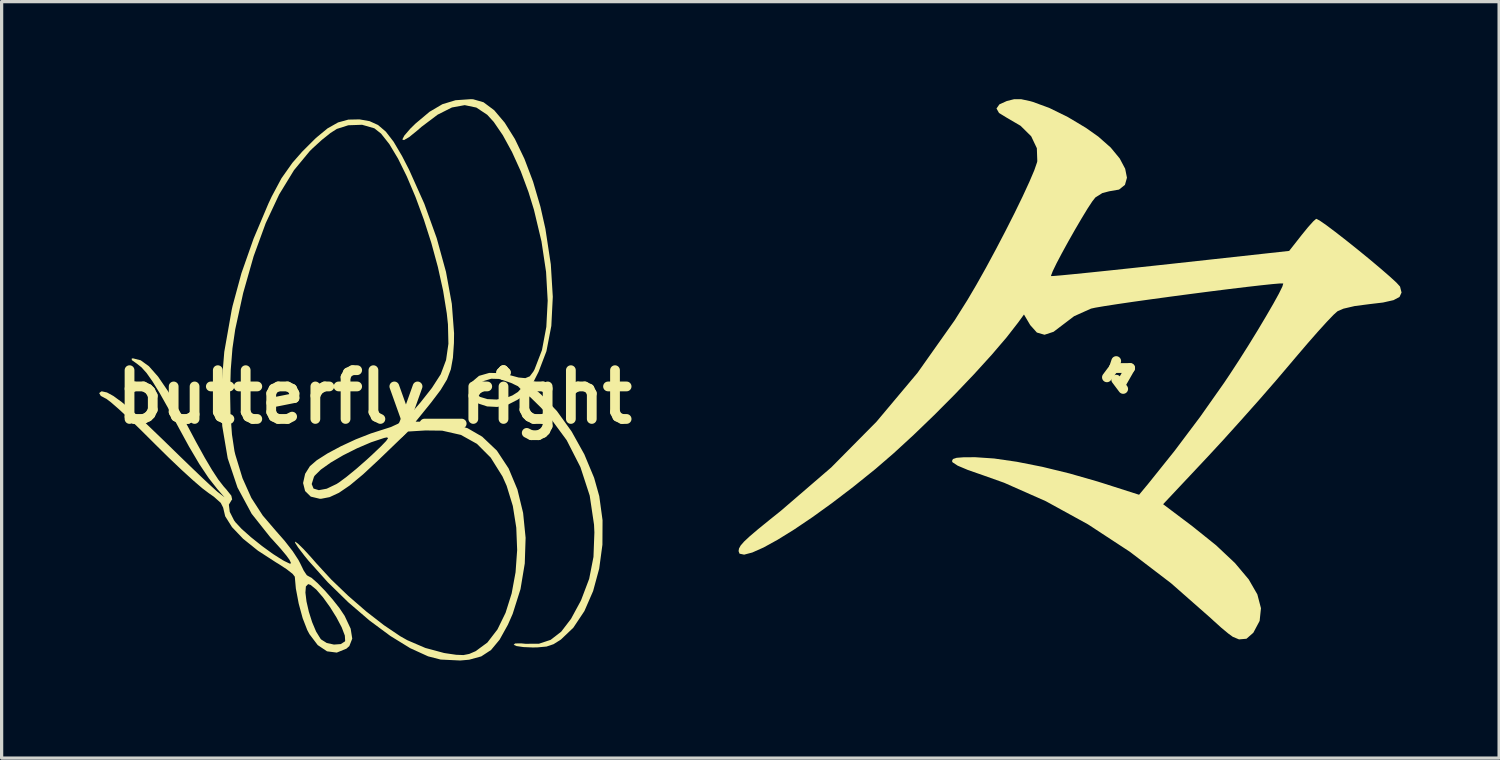
<source format=kicad_pcb>
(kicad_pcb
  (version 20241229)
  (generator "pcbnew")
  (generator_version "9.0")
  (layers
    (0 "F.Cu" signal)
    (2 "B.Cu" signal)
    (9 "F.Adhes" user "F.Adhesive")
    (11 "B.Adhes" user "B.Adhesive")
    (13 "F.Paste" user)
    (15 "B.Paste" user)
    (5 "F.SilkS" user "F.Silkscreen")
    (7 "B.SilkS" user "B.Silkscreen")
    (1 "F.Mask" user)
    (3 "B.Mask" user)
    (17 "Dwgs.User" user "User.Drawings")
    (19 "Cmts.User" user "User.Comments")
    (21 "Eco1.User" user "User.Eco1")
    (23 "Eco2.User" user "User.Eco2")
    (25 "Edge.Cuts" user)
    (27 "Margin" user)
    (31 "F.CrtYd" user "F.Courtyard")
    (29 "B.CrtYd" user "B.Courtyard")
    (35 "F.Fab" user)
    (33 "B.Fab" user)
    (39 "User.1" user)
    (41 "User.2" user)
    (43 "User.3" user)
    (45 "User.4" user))
  (footprint "butterfly_right"
    (layer "F.Cu")
    (at 8.469 9.155)
    (property "Reference" "butterfly_right" (at 0 0 0) (layer "F.SilkS") (effects (font (size 1.5 1.5) (thickness 0.3))))
    (attr board_only exclude_from_pos_files exclude_from_bom)
    (fp_poly (pts (xy 3.029 -9.153) (xy 3.349 -9.061) (xy 3.677 -8.816) (xy 4.001 -8.433) (xy 4.315 -7.93) (xy 4.608 -7.32) (xy 4.873 -6.621) (xy 5.1 -5.848) (xy 5.253 -5.168) (xy 5.419 -4.076) (xy 5.48 -3.078) (xy 5.435 -2.184) (xy 5.284 -1.403) (xy 5.043 -0.772) (xy 4.822 -0.337) (xy 5.119 -0.076) (xy 5.605 0.433) (xy 6.058 1.063) (xy 6.449 1.765) (xy 6.751 2.489) (xy 6.909 3.051) (xy 7.01 3.792) (xy 7.006 4.545) (xy 6.907 5.28) (xy 6.72 5.97) (xy 6.452 6.586) (xy 6.111 7.098) (xy 5.729 7.462) (xy 5.504 7.604) (xy 5.287 7.677) (xy 5.003 7.703) (xy 4.861 7.705) (xy 4.576 7.693) (xy 4.364 7.662) (xy 4.278 7.624) (xy 4.32 7.582) (xy 4.505 7.579) (xy 4.641 7.592) (xy 5.055 7.59) (xy 5.415 7.47) (xy 5.738 7.22) (xy 6.04 6.826) (xy 6.337 6.278) (xy 6.354 6.241) (xy 6.599 5.594) (xy 6.731 4.92) (xy 6.759 4.169) (xy 6.748 3.929) (xy 6.615 3.035) (xy 6.329 2.158) (xy 5.907 1.332) (xy 5.362 0.592) (xy 5.093 0.307) (xy 4.671 -0.106) (xy 4.406 0.082) (xy 4.094 0.242) (xy 3.77 0.309) (xy 3.461 0.293) (xy 3.196 0.206) (xy 3.003 0.059) (xy 2.91 -0.138) (xy 2.931 -0.27) (xy 3.092 -0.27) (xy 3.103 -0.115) (xy 3.242 -0.00033) (xy 3.47 0.068) (xy 3.75 0.081) (xy 4.042 0.032) (xy 4.238 -0.045) (xy 4.408 -0.152) (xy 4.487 -0.24) (xy 4.487 -0.246) (xy 4.409 -0.328) (xy 4.193 -0.431) (xy 3.869 -0.54) (xy 3.825 -0.552) (xy 3.588 -0.559) (xy 3.337 -0.483) (xy 3.145 -0.351) (xy 3.092 -0.27) (xy 2.931 -0.27) (xy 2.947 -0.373) (xy 2.998 -0.466) (xy 3.211 -0.647) (xy 3.527 -0.738) (xy 3.902 -0.73) (xy 4.103 -0.684) (xy 4.427 -0.596) (xy 4.635 -0.577) (xy 4.772 -0.633) (xy 4.88 -0.776) (xy 4.919 -0.847) (xy 5.147 -1.439) (xy 5.281 -2.151) (xy 5.323 -2.959) (xy 5.273 -3.844) (xy 5.132 -4.782) (xy 4.901 -5.752) (xy 4.732 -6.301) (xy 4.496 -6.936) (xy 4.227 -7.528) (xy 3.944 -8.046) (xy 3.664 -8.456) (xy 3.463 -8.676) (xy 3.13 -8.897) (xy 2.772 -8.972) (xy 2.378 -8.9) (xy 1.939 -8.679) (xy 1.443 -8.305) (xy 1.331 -8.207) (xy 1.064 -7.99) (xy 0.903 -7.897) (xy 0.852 -7.916) (xy 0.915 -8.036) (xy 1.096 -8.246) (xy 1.258 -8.405) (xy 1.689 -8.767) (xy 2.084 -9) (xy 2.489 -9.123) (xy 2.95 -9.155)) (stroke (width 0) (type solid)) (fill yes) (layer "F.SilkS"))
    (fp_poly (pts (xy -0.459 -8.533) (xy -0.156 -8.48) (xy 0.106 -8.361) (xy 0.346 -8.156) (xy 0.585 -7.846) (xy 0.842 -7.41) (xy 1.06 -6.987) (xy 1.53 -5.938) (xy 1.91 -4.882) (xy 2.195 -3.847) (xy 2.375 -2.862) (xy 2.444 -1.956) (xy 2.44 -1.654) (xy 2.409 -1.204) (xy 2.345 -0.848) (xy 2.226 -0.535) (xy 2.031 -0.213) (xy 1.741 0.17) (xy 1.689 0.235) (xy 1.262 0.762) (xy 1.737 0.762) (xy 2.346 0.81) (xy 2.86 0.963) (xy 3.309 1.223) (xy 3.76 1.651) (xy 4.122 2.201) (xy 4.392 2.847) (xy 4.567 3.567) (xy 4.644 4.333) (xy 4.618 5.123) (xy 4.487 5.911) (xy 4.246 6.673) (xy 4.1 7.005) (xy 3.844 7.466) (xy 3.581 7.783) (xy 3.28 7.98) (xy 2.908 8.082) (xy 2.634 8.106) (xy 2.031 8.077) (xy 1.645 7.978) (xy 1.095 7.727) (xy 0.486 7.352) (xy -0.158 6.875) (xy -0.81 6.315) (xy -1.443 5.696) (xy -2.032 5.038) (xy -2.155 4.887) (xy -2.353 4.629) (xy -2.445 4.485) (xy -2.441 4.45) (xy -2.351 4.517) (xy -2.185 4.679) (xy -1.955 4.93) (xy -1.791 5.118) (xy -1.336 5.613) (xy -0.812 6.116) (xy -0.258 6.597) (xy 0.288 7.021) (xy 0.789 7.359) (xy 1.005 7.481) (xy 1.561 7.72) (xy 2.133 7.874) (xy 2.178 7.882) (xy 2.508 7.93) (xy 2.732 7.939) (xy 2.91 7.904) (xy 3.101 7.822) (xy 3.103 7.822) (xy 3.468 7.554) (xy 3.778 7.151) (xy 4.028 6.639) (xy 4.215 6.044) (xy 4.335 5.392) (xy 4.384 4.709) (xy 4.357 4.021) (xy 4.251 3.354) (xy 4.061 2.734) (xy 3.933 2.447) (xy 3.571 1.868) (xy 3.148 1.444) (xy 2.654 1.169) (xy 2.077 1.038) (xy 1.563 1.032) (xy 1.03 1.065) (xy 0.135 1.927) (xy -0.356 2.384) (xy -0.76 2.72) (xy -1.096 2.949) (xy -1.383 3.082) (xy -1.64 3.132) (xy -1.684 3.133) (xy -1.962 3.067) (xy -2.137 2.895) (xy -2.191 2.68) (xy -1.934 2.68) (xy -1.877 2.819) (xy -1.715 2.868) (xy -1.472 2.823) (xy -1.169 2.678) (xy -1.094 2.63) (xy -0.866 2.461) (xy -0.565 2.215) (xy -0.242 1.932) (xy -0.085 1.788) (xy 0.193 1.524) (xy 0.355 1.356) (xy 0.415 1.269) (xy 0.382 1.245) (xy 0.296 1.262) (xy -0.108 1.396) (xy -0.54 1.581) (xy -0.966 1.795) (xy -1.349 2.02) (xy -1.652 2.235) (xy -1.84 2.42) (xy -1.864 2.457) (xy -1.934 2.68) (xy -2.191 2.68) (xy -2.199 2.649) (xy -2.136 2.365) (xy -1.99 2.132) (xy -1.78 1.95) (xy -1.449 1.739) (xy -1.034 1.517) (xy -0.577 1.305) (xy -0.115 1.124) (xy 0.219 1.017) (xy 0.494 0.929) (xy 0.722 0.825) (xy 0.932 0.681) (xy 1.151 0.471) (xy 1.408 0.174) (xy 1.732 -0.236) (xy 1.767 -0.282) (xy 2.033 -0.695) (xy 2.198 -1.134) (xy 2.27 -1.634) (xy 2.256 -2.232) (xy 2.22 -2.568) (xy 2.107 -3.266) (xy 1.946 -3.995) (xy 1.745 -4.733) (xy 1.513 -5.457) (xy 1.259 -6.146) (xy 0.992 -6.777) (xy 0.721 -7.327) (xy 0.453 -7.774) (xy 0.198 -8.097) (xy -0.007 -8.259) (xy -0.384 -8.368) (xy -0.809 -8.353) (xy -1.16 -8.241) (xy -1.356 -8.116) (xy -1.62 -7.905) (xy -1.903 -7.647) (xy -1.992 -7.56) (xy -2.479 -6.971) (xy -2.933 -6.228) (xy -3.348 -5.343) (xy -3.719 -4.327) (xy -4.041 -3.195) (xy -4.286 -2.074) (xy -4.371 -1.491) (xy -4.424 -0.83) (xy -4.443 -0.138) (xy -4.431 0.54) (xy -4.386 1.157) (xy -4.309 1.666) (xy -4.283 1.775) (xy -4.062 2.499) (xy -3.79 3.106) (xy -3.44 3.647) (xy -3.04 4.114) (xy -2.766 4.426) (xy -2.52 4.742) (xy -2.341 5.015) (xy -2.287 5.12) (xy -2.179 5.342) (xy -2.087 5.48) (xy -2.053 5.503) (xy -1.937 5.565) (xy -1.751 5.729) (xy -1.525 5.961) (xy -1.292 6.227) (xy -1.081 6.494) (xy -0.925 6.727) (xy -0.922 6.731) (xy -0.736 7.127) (xy -0.687 7.434) (xy -0.776 7.661) (xy -0.866 7.742) (xy -1.163 7.863) (xy -1.463 7.824) (xy -1.749 7.632) (xy -2.004 7.295) (xy -2.072 7.166) (xy -2.212 6.805) (xy -2.334 6.355) (xy -2.397 6.02) (xy -2.127 6.02) (xy -2.094 6.291) (xy -2.022 6.606) (xy -1.921 6.926) (xy -1.8 7.214) (xy -1.666 7.432) (xy -1.642 7.46) (xy -1.471 7.568) (xy -1.249 7.616) (xy -1.04 7.601) (xy -0.912 7.519) (xy -0.905 7.504) (xy -0.915 7.339) (xy -1.012 7.085) (xy -1.173 6.78) (xy -1.372 6.461) (xy -1.587 6.163) (xy -1.794 5.924) (xy -1.967 5.782) (xy -2.043 5.757) (xy -2.113 5.829) (xy -2.127 6.02) (xy -2.397 6.02) (xy -2.421 5.894) (xy -2.454 5.528) (xy -2.523 5.44) (xy -2.705 5.298) (xy -2.963 5.13) (xy -3.027 5.092) (xy -3.586 4.73) (xy -4.044 4.362) (xy -4.385 4.004) (xy -4.594 3.671) (xy -4.657 3.405) (xy -4.731 3.259) (xy -4.942 3.07) (xy -5.101 2.959) (xy -5.297 2.811) (xy -5.584 2.564) (xy -5.937 2.242) (xy -6.33 1.868) (xy -6.737 1.467) (xy -6.816 1.388) (xy -7.203 1.003) (xy -7.56 0.659) (xy -7.868 0.374) (xy -8.106 0.167) (xy -8.252 0.057) (xy -8.276 0.046) (xy -8.419 -0.03) (xy -8.469 -0.117) (xy -8.404 -0.168) (xy -8.378 -0.169) (xy -8.229 -0.136) (xy -8.031 -0.028) (xy -7.77 0.163) (xy -7.434 0.448) (xy -7.01 0.836) (xy -6.487 1.338) (xy -6.392 1.431) (xy -5.987 1.826) (xy -5.61 2.19) (xy -5.284 2.502) (xy -5.027 2.742) (xy -4.862 2.892) (xy -4.826 2.922) (xy -4.614 3.088) (xy -4.835 2.835) (xy -5.103 2.495) (xy -5.389 2.066) (xy -5.709 1.524) (xy -6.009 0.974) (xy -6.339 0.362) (xy -6.607 -0.114) (xy -6.827 -0.472) (xy -7.009 -0.731) (xy -7.166 -0.907) (xy -7.308 -1.02) (xy -7.313 -1.024) (xy -7.466 -1.132) (xy -7.468 -1.181) (xy -7.427 -1.185) (xy -7.193 -1.126) (xy -6.939 -0.942) (xy -6.66 -0.626) (xy -6.347 -0.168) (xy -5.994 0.44) (xy -5.821 0.762) (xy -5.491 1.384) (xy -5.22 1.874) (xy -4.996 2.252) (xy -4.808 2.539) (xy -4.641 2.754) (xy -4.557 2.848) (xy -4.405 3.039) (xy -4.38 3.155) (xy -4.395 3.17) (xy -4.481 3.313) (xy -4.454 3.535) (xy -4.32 3.799) (xy -4.278 3.856) (xy -4.089 4.059) (xy -3.802 4.314) (xy -3.464 4.584) (xy -3.124 4.831) (xy -2.827 5.019) (xy -2.771 5.05) (xy -2.61 5.127) (xy -2.568 5.117) (xy -2.614 5.015) (xy -2.71 4.882) (xy -2.89 4.666) (xy -3.123 4.407) (xy -3.212 4.311) (xy -3.781 3.593) (xy -4.216 2.786) (xy -4.517 1.888) (xy -4.685 0.895) (xy -4.72 -0.196) (xy -4.622 -1.387) (xy -4.393 -2.681) (xy -4.366 -2.802) (xy -4.095 -3.802) (xy -3.721 -4.867) (xy -3.266 -5.943) (xy -3.165 -6.159) (xy -2.864 -6.722) (xy -2.527 -7.199) (xy -2.227 -7.541) (xy -1.805 -7.962) (xy -1.447 -8.257) (xy -1.123 -8.44) (xy -0.807 -8.527) (xy -0.47 -8.534)) (stroke (width 0) (type solid)) (fill yes) (layer "F.SilkS")))
  (footprint "々"
    (layer "F.Cu")
    (at 31.346 8.589)
    (property "Reference" "々" (at 0 0 0) (layer "F.SilkS") (effects (font (size 1.5 1.5) (thickness 0.3))))
    (attr board_only exclude_from_pos_files exclude_from_bom)
    (fp_poly (pts (xy -2.996 -8.589) (xy -2.718 -8.529) (xy -2.633 -8.505) (xy -2.125 -8.318) (xy -1.561 -8.041) (xy -1.001 -7.706) (xy -0.623 -7.439) (xy -0.241 -7.102) (xy 0.036 -6.766) (xy 0.204 -6.45) (xy 0.259 -6.174) (xy 0.197 -5.954) (xy 0.015 -5.809) (xy -0.286 -5.757) (xy -0.498 -5.702) (xy -0.711 -5.568) (xy -0.712 -5.567) (xy -0.805 -5.449) (xy -0.953 -5.224) (xy -1.137 -4.921) (xy -1.342 -4.571) (xy -1.55 -4.204) (xy -1.744 -3.85) (xy -1.908 -3.539) (xy -2.023 -3.301) (xy -2.075 -3.167) (xy -2.074 -3.149) (xy -1.987 -3.153) (xy -1.75 -3.173) (xy -1.379 -3.209) (xy -0.892 -3.258) (xy -0.305 -3.319) (xy 0.364 -3.39) (xy 1.098 -3.469) (xy 1.598 -3.523) (xy 5.247 -3.923) (xy 5.635 -4.417) (xy 5.829 -4.655) (xy 5.986 -4.83) (xy 6.075 -4.909) (xy 6.08 -4.91) (xy 6.183 -4.858) (xy 6.388 -4.716) (xy 6.669 -4.505) (xy 7.003 -4.245) (xy 7.362 -3.958) (xy 7.722 -3.664) (xy 8.056 -3.383) (xy 8.34 -3.137) (xy 8.547 -2.947) (xy 8.652 -2.832) (xy 8.658 -2.822) (xy 8.703 -2.643) (xy 8.641 -2.508) (xy 8.456 -2.409) (xy 8.132 -2.336) (xy 7.726 -2.288) (xy 7.264 -2.228) (xy 6.916 -2.147) (xy 6.734 -2.068) (xy 6.614 -1.961) (xy 6.407 -1.745) (xy 6.13 -1.44) (xy 5.803 -1.067) (xy 5.446 -0.649) (xy 5.298 -0.474) (xy 4.847 0.057) (xy 4.321 0.661) (xy 3.763 1.288) (xy 3.218 1.892) (xy 2.73 2.42) (xy 1.371 3.866) (xy 2.262 4.537) (xy 3.001 5.13) (xy 3.581 5.676) (xy 4.003 6.178) (xy 4.269 6.64) (xy 4.38 7.064) (xy 4.339 7.454) (xy 4.148 7.813) (xy 4.14 7.823) (xy 3.934 8.003) (xy 3.705 8.023) (xy 3.514 7.944) (xy 3.374 7.842) (xy 3.154 7.659) (xy 2.898 7.428) (xy 2.836 7.37) (xy 1.615 6.296) (xy 0.35 5.33) (xy -0.94 4.485) (xy -2.235 3.774) (xy -3.516 3.207) (xy -4.157 2.979) (xy -4.633 2.813) (xy -4.946 2.681) (xy -5.102 2.579) (xy -5.122 2.538) (xy -5.091 2.476) (xy -4.979 2.439) (xy -4.755 2.422) (xy -4.403 2.421) (xy -3.826 2.46) (xy -3.128 2.561) (xy -2.344 2.716) (xy -1.508 2.92) (xy -0.654 3.165) (xy -0.453 3.228) (xy 0.632 3.575) (xy 0.93 3.216) (xy 1.726 2.222) (xy 2.514 1.173) (xy 3.241 0.141) (xy 3.421 -0.127) (xy 3.709 -0.568) (xy 4 -1.028) (xy 4.281 -1.485) (xy 4.538 -1.916) (xy 4.759 -2.297) (xy 4.93 -2.607) (xy 5.036 -2.822) (xy 5.066 -2.919) (xy 5.064 -2.921) (xy 4.971 -2.923) (xy 4.734 -2.903) (xy 4.375 -2.865) (xy 3.92 -2.813) (xy 3.39 -2.749) (xy 2.809 -2.676) (xy 2.201 -2.597) (xy 1.589 -2.516) (xy 0.996 -2.435) (xy 0.446 -2.358) (xy -0.038 -2.287) (xy -0.432 -2.226) (xy -0.713 -2.178) (xy -0.846 -2.149) (xy -1.367 -1.915) (xy -1.67 -1.685) (xy -1.998 -1.436) (xy -2.276 -1.345) (xy -2.511 -1.413) (xy -2.713 -1.639) (xy -2.727 -1.661) (xy -2.908 -1.968) (xy -3.084 -1.725) (xy -3.44 -1.267) (xy -3.901 -0.728) (xy -4.443 -0.132) (xy -5.04 0.494) (xy -5.667 1.124) (xy -6.298 1.732) (xy -6.908 2.293) (xy -7.473 2.781) (xy -7.494 2.798) (xy -8.161 3.335) (xy -8.806 3.827) (xy -9.416 4.267) (xy -9.978 4.646) (xy -10.482 4.958) (xy -10.914 5.196) (xy -11.262 5.351) (xy -11.513 5.417) (xy -11.655 5.387) (xy -11.684 5.308) (xy -11.671 5.228) (xy -11.621 5.137) (xy -11.518 5.018) (xy -11.344 4.855) (xy -11.082 4.632) (xy -10.715 4.334) (xy -10.372 4.059) (xy -8.836 2.736) (xy -7.443 1.329) (xy -6.181 -0.175) (xy -5.041 -1.787) (xy -4.647 -2.413) (xy -4.372 -2.88) (xy -4.077 -3.405) (xy -3.775 -3.965) (xy -3.478 -4.533) (xy -3.198 -5.086) (xy -2.949 -5.598) (xy -2.743 -6.045) (xy -2.591 -6.401) (xy -2.508 -6.641) (xy -2.498 -6.684) (xy -2.512 -7.082) (xy -2.686 -7.448) (xy -3.013 -7.771) (xy -3.429 -8.014) (xy -3.675 -8.164) (xy -3.753 -8.303) (xy -3.663 -8.43) (xy -3.437 -8.532) (xy -3.21 -8.589)) (stroke (width 0) (type solid)) (fill yes) (layer "F.SilkS")))
  (gr_rect
    (start -3 -3)
    (end 43.049 20.262)
    (stroke (width 0.1) (type default))
    (fill no)
    (layer "Edge.Cuts")))
</source>
